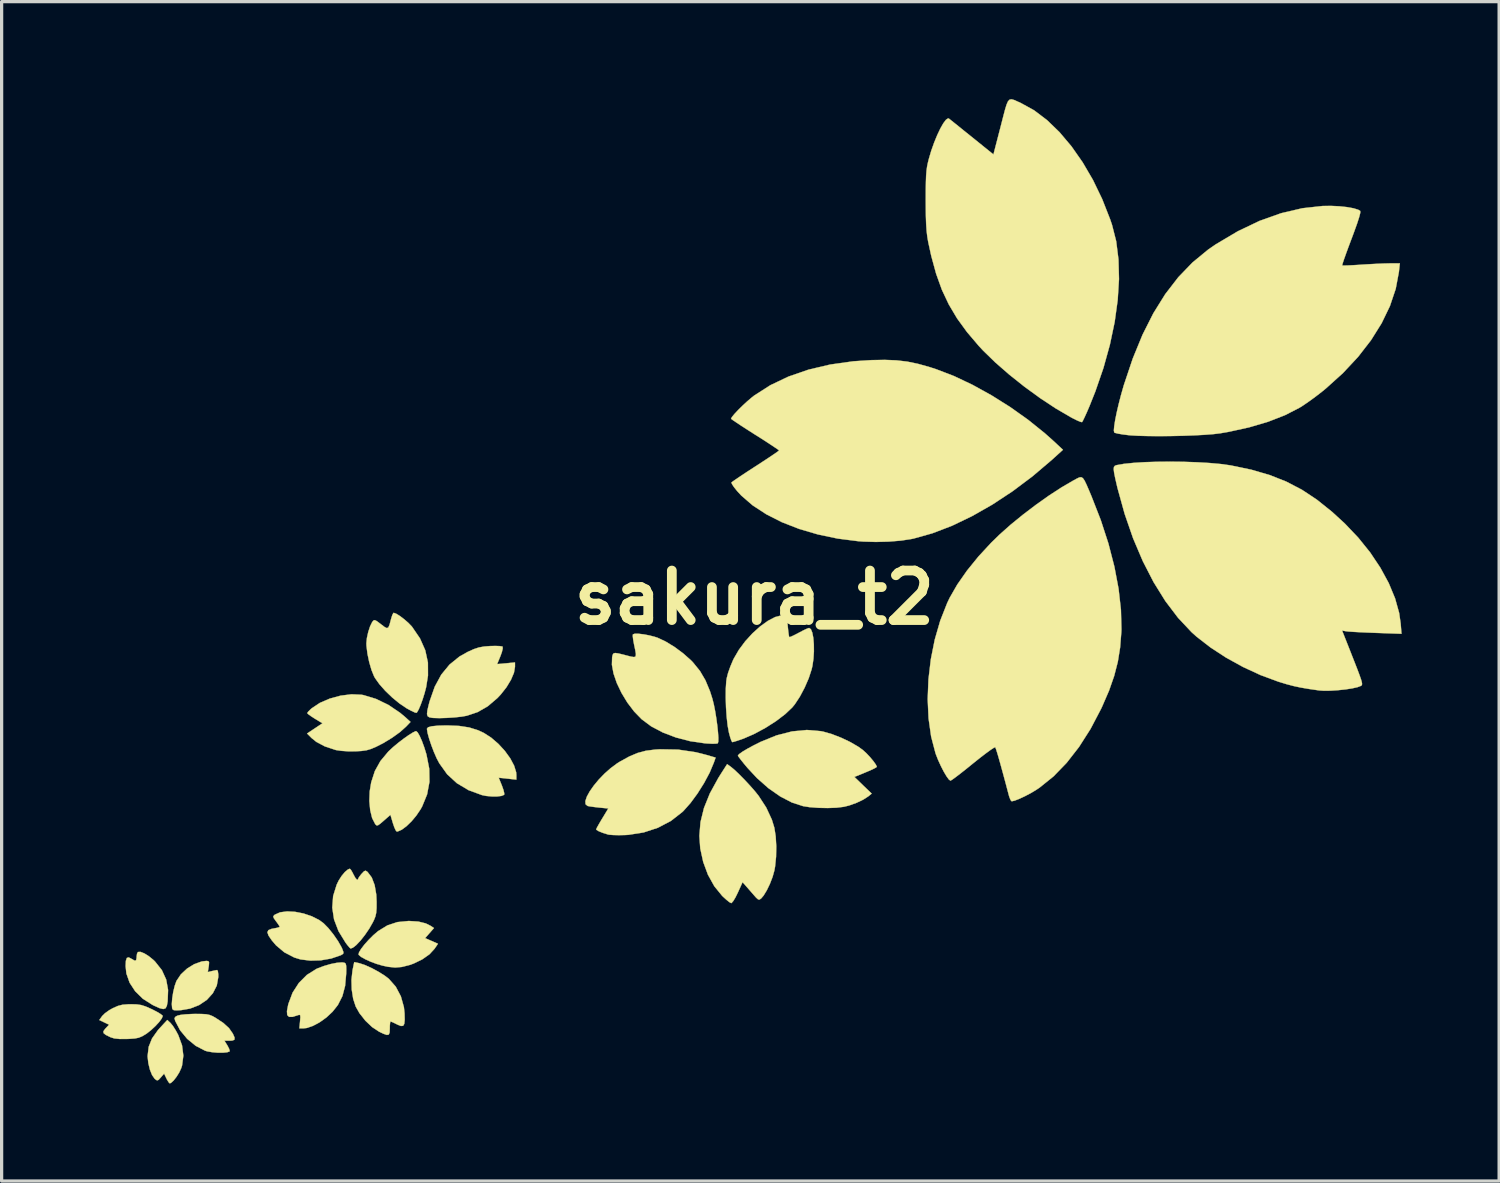
<source format=kicad_pcb>
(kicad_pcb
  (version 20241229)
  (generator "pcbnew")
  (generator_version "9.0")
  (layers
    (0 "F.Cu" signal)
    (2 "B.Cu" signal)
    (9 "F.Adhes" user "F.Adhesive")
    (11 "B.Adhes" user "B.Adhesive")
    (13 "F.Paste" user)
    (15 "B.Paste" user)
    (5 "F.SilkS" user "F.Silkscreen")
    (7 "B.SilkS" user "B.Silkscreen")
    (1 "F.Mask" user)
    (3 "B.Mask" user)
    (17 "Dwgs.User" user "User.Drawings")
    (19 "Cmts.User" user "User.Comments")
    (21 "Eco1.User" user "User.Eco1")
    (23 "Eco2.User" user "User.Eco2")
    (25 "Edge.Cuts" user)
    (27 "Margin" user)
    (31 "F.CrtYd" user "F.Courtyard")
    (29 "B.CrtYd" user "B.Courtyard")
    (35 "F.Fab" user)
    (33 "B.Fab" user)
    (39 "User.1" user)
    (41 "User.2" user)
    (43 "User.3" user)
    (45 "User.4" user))
  (footprint "sakura_t2"
    (layer "F.Cu")
    (at 20.161 15.339)
    (property "Reference" "sakura_t2" (at 0 0 0) (layer "F.SilkS") (effects (font (size 1.524 1.524) (thickness 0.3))))
    (attr through_hole)
    (fp_poly (pts (xy -18.77 10.945) (xy -18.631 11.032) (xy -18.489 11.148) (xy -18.441 11.195) (xy -18.23 11.461) (xy -18.098 11.75) (xy -18.04 12.07) (xy -18.053 12.421) (xy -18.077 12.556) (xy -18.118 12.634) (xy -18.189 12.657) (xy -18.302 12.629) (xy -18.472 12.553) (xy -18.521 12.528) (xy -18.815 12.341) (xy -19.051 12.11) (xy -19.223 11.847) (xy -19.323 11.561) (xy -19.346 11.337) (xy -19.338 11.173) (xy -19.308 11.085) (xy -19.252 11.067) (xy -19.168 11.11) (xy -19.072 11.166) (xy -19.024 11.158) (xy -19.008 11.08) (xy -19.008 11.051) (xy -18.995 10.954) (xy -18.967 10.902) (xy -18.889 10.898) (xy -18.77 10.945)) (stroke (width 0.01) (type solid)) (fill yes) (layer "F.SilkS"))
    (fp_poly (pts (xy -17.963 13.088) (xy -17.892 13.175) (xy -17.806 13.31) (xy -17.727 13.456) (xy -17.61 13.775) (xy -17.57 14.091) (xy -17.609 14.393) (xy -17.636 14.477) (xy -17.697 14.609) (xy -17.781 14.743) (xy -17.87 14.856) (xy -17.95 14.929) (xy -17.989 14.944) (xy -18.024 14.909) (xy -18.075 14.824) (xy -18.09 14.793) (xy -18.162 14.643) (xy -18.263 14.761) (xy -18.333 14.837) (xy -18.379 14.853) (xy -18.433 14.818) (xy -18.454 14.799) (xy -18.532 14.688) (xy -18.599 14.521) (xy -18.647 14.323) (xy -18.669 14.122) (xy -18.669 14.097) (xy -18.636 13.819) (xy -18.532 13.56) (xy -18.351 13.305) (xy -18.298 13.246) (xy -18.064 12.993) (xy -17.963 13.088)) (stroke (width 0.01) (type solid)) (fill yes) (layer "F.SilkS"))
    (fp_poly (pts (xy -16.799 11.184) (xy -16.778 11.222) (xy -16.785 11.315) (xy -16.79 11.348) (xy -16.818 11.519) (xy -16.696 11.49) (xy -16.593 11.468) (xy -16.531 11.456) (xy -16.508 11.492) (xy -16.495 11.59) (xy -16.495 11.672) (xy -16.541 11.934) (xy -16.662 12.17) (xy -16.845 12.373) (xy -17.083 12.534) (xy -17.364 12.643) (xy -17.634 12.69) (xy -17.779 12.698) (xy -17.861 12.692) (xy -17.901 12.666) (xy -17.915 12.631) (xy -17.925 12.505) (xy -17.912 12.329) (xy -17.881 12.132) (xy -17.836 11.945) (xy -17.783 11.796) (xy -17.781 11.791) (xy -17.645 11.589) (xy -17.455 11.412) (xy -17.233 11.275) (xy -17.003 11.193) (xy -16.859 11.176) (xy -16.799 11.184)) (stroke (width 0.01) (type solid)) (fill yes) (layer "F.SilkS"))
    (fp_poly (pts (xy -10.339 9.966) (xy -10.112 10.022) (xy -9.962 10.097) (xy -9.859 10.165) (xy -9.995 10.32) (xy -10.131 10.475) (xy -9.934 10.561) (xy -9.736 10.648) (xy -9.84 10.801) (xy -9.998 10.973) (xy -10.22 11.129) (xy -10.486 11.258) (xy -10.618 11.304) (xy -10.847 11.362) (xy -11.051 11.38) (xy -11.267 11.358) (xy -11.442 11.321) (xy -11.621 11.269) (xy -11.804 11.201) (xy -11.97 11.126) (xy -12.099 11.054) (xy -12.171 10.993) (xy -12.179 10.98) (xy -12.165 10.914) (xy -12.1 10.806) (xy -11.997 10.672) (xy -11.867 10.527) (xy -11.725 10.385) (xy -11.581 10.262) (xy -11.573 10.256) (xy -11.291 10.083) (xy -10.985 9.982) (xy -10.638 9.948) (xy -10.628 9.948) (xy -10.339 9.966)) (stroke (width 0.01) (type solid)) (fill yes) (layer "F.SilkS"))
    (fp_poly (pts (xy -17.008 12.809) (xy -16.868 12.817) (xy -16.765 12.838) (xy -16.674 12.874) (xy -16.588 12.922) (xy -16.34 13.085) (xy -16.164 13.246) (xy -16.047 13.414) (xy -16.044 13.42) (xy -15.993 13.538) (xy -15.999 13.602) (xy -16.069 13.628) (xy -16.161 13.631) (xy -16.305 13.631) (xy -16.212 13.782) (xy -16.161 13.881) (xy -16.143 13.948) (xy -16.147 13.96) (xy -16.22 13.987) (xy -16.35 14) (xy -16.513 14) (xy -16.682 13.985) (xy -16.833 13.959) (xy -16.9 13.939) (xy -17.189 13.789) (xy -17.452 13.573) (xy -17.669 13.311) (xy -17.821 13.021) (xy -17.821 13.021) (xy -17.842 12.937) (xy -17.807 12.889) (xy -17.748 12.859) (xy -17.656 12.837) (xy -17.504 12.82) (xy -17.319 12.81) (xy -17.209 12.807) (xy -17.008 12.809)) (stroke (width 0.01) (type solid)) (fill yes) (layer "F.SilkS"))
    (fp_poly (pts (xy -12.658 11.225) (xy -12.605 11.236) (xy -12.574 11.264) (xy -12.56 11.326) (xy -12.557 11.441) (xy -12.56 11.573) (xy -12.593 11.944) (xy -12.676 12.258) (xy -12.814 12.53) (xy -12.979 12.739) (xy -13.166 12.914) (xy -13.375 13.064) (xy -13.585 13.176) (xy -13.775 13.24) (xy -13.865 13.25) (xy -14 13.25) (xy -13.979 13.032) (xy -13.969 12.905) (xy -13.976 12.845) (xy -14.005 12.834) (xy -14.038 12.844) (xy -14.207 12.897) (xy -14.317 12.898) (xy -14.374 12.841) (xy -14.382 12.721) (xy -14.346 12.532) (xy -14.336 12.493) (xy -14.208 12.152) (xy -14.015 11.853) (xy -13.768 11.606) (xy -13.477 11.423) (xy -13.446 11.409) (xy -13.248 11.334) (xy -13.039 11.273) (xy -12.844 11.234) (xy -12.691 11.222) (xy -12.658 11.225)) (stroke (width 0.01) (type solid)) (fill yes) (layer "F.SilkS"))
    (fp_poly (pts (xy -12.178 11.241) (xy -12.005 11.295) (xy -11.794 11.388) (xy -11.576 11.504) (xy -11.377 11.628) (xy -11.249 11.726) (xy -11.034 11.97) (xy -10.877 12.266) (xy -10.784 12.598) (xy -10.764 12.785) (xy -10.759 12.986) (xy -10.772 13.112) (xy -10.808 13.173) (xy -10.876 13.178) (xy -10.98 13.137) (xy -10.999 13.127) (xy -11.107 13.074) (xy -11.181 13.043) (xy -11.195 13.039) (xy -11.209 13.077) (xy -11.217 13.174) (xy -11.218 13.25) (xy -11.223 13.375) (xy -11.248 13.441) (xy -11.307 13.454) (xy -11.414 13.417) (xy -11.548 13.353) (xy -11.761 13.212) (xy -11.97 13.014) (xy -12.152 12.783) (xy -12.266 12.581) (xy -12.344 12.343) (xy -12.389 12.058) (xy -12.397 11.758) (xy -12.366 11.476) (xy -12.363 11.459) (xy -12.312 11.213) (xy -12.178 11.241)) (stroke (width 0.01) (type solid)) (fill yes) (layer "F.SilkS"))
    (fp_poly (pts (xy -19.004 12.514) (xy -18.866 12.534) (xy -18.729 12.578) (xy -18.558 12.654) (xy -18.531 12.666) (xy -18.383 12.742) (xy -18.27 12.81) (xy -18.209 12.859) (xy -18.203 12.871) (xy -18.234 12.946) (xy -18.315 13.056) (xy -18.43 13.181) (xy -18.562 13.304) (xy -18.694 13.408) (xy -18.721 13.426) (xy -18.837 13.495) (xy -18.941 13.538) (xy -19.06 13.562) (xy -19.225 13.574) (xy -19.3 13.577) (xy -19.529 13.578) (xy -19.694 13.561) (xy -19.809 13.525) (xy -19.952 13.455) (xy -20.023 13.399) (xy -20.03 13.343) (xy -19.981 13.273) (xy -19.962 13.252) (xy -19.854 13.139) (xy -20.156 12.995) (xy -20.067 12.871) (xy -19.981 12.786) (xy -19.849 12.692) (xy -19.737 12.629) (xy -19.582 12.561) (xy -19.439 12.524) (xy -19.269 12.511) (xy -19.177 12.509) (xy -19.004 12.514)) (stroke (width 0.01) (type solid)) (fill yes) (layer "F.SilkS"))
    (fp_poly (pts (xy -12.087 2.987) (xy -12.026 2.998) (xy -11.644 3.114) (xy -11.261 3.299) (xy -10.903 3.541) (xy -10.753 3.666) (xy -10.58 3.823) (xy -10.719 3.969) (xy -10.903 4.134) (xy -11.143 4.307) (xy -11.412 4.471) (xy -11.634 4.585) (xy -11.793 4.653) (xy -11.934 4.695) (xy -12.089 4.717) (xy -12.295 4.728) (xy -12.298 4.728) (xy -12.505 4.727) (xy -12.706 4.713) (xy -12.865 4.69) (xy -12.89 4.684) (xy -13.216 4.576) (xy -13.478 4.437) (xy -13.624 4.319) (xy -13.763 4.18) (xy -13.526 4.022) (xy -13.289 3.865) (xy -13.524 3.723) (xy -13.644 3.645) (xy -13.729 3.583) (xy -13.758 3.551) (xy -13.729 3.508) (xy -13.655 3.435) (xy -13.621 3.405) (xy -13.369 3.237) (xy -13.063 3.105) (xy -12.731 3.015) (xy -12.396 2.973) (xy -12.087 2.987)) (stroke (width 0.01) (type solid)) (fill yes) (layer "F.SilkS"))
    (fp_poly (pts (xy -9.086 3.946) (xy -8.774 3.994) (xy -8.5 4.08) (xy -8.324 4.162) (xy -8.096 4.309) (xy -7.876 4.499) (xy -7.678 4.715) (xy -7.513 4.943) (xy -7.393 5.168) (xy -7.33 5.373) (xy -7.324 5.452) (xy -7.324 5.598) (xy -7.867 5.54) (xy -7.767 5.786) (xy -7.72 5.919) (xy -7.696 6.021) (xy -7.699 6.065) (xy -7.778 6.099) (xy -7.914 6.116) (xy -8.081 6.116) (xy -8.254 6.1) (xy -8.382 6.074) (xy -8.797 5.922) (xy -9.154 5.708) (xy -9.453 5.433) (xy -9.694 5.096) (xy -9.775 4.943) (xy -9.859 4.751) (xy -9.939 4.542) (xy -10.007 4.339) (xy -10.055 4.165) (xy -10.075 4.041) (xy -10.075 4.031) (xy -10.039 3.987) (xy -9.928 3.957) (xy -9.739 3.938) (xy -9.469 3.931) (xy -9.456 3.931) (xy -9.086 3.946)) (stroke (width 0.01) (type solid)) (fill yes) (layer "F.SilkS"))
    (fp_poly (pts (xy -14.132 9.666) (xy -13.873 9.717) (xy -13.62 9.802) (xy -13.391 9.918) (xy -13.256 10.017) (xy -13.111 10.164) (xy -12.955 10.358) (xy -12.81 10.568) (xy -12.7 10.762) (xy -12.678 10.812) (xy -12.643 10.908) (xy -12.653 10.958) (xy -12.715 10.996) (xy -12.729 11.003) (xy -13.019 11.102) (xy -13.34 11.158) (xy -13.663 11.167) (xy -13.964 11.13) (xy -14.157 11.071) (xy -14.464 10.911) (xy -14.717 10.698) (xy -14.848 10.544) (xy -14.949 10.397) (xy -14.984 10.295) (xy -14.953 10.229) (xy -14.852 10.189) (xy -14.796 10.179) (xy -14.682 10.157) (xy -14.614 10.136) (xy -14.605 10.127) (xy -14.628 10.083) (xy -14.687 9.997) (xy -14.718 9.957) (xy -14.785 9.863) (xy -14.804 9.81) (xy -14.778 9.772) (xy -14.754 9.753) (xy -14.592 9.681) (xy -14.378 9.653) (xy -14.132 9.666)) (stroke (width 0.01) (type solid)) (fill yes) (layer "F.SilkS"))
    (fp_poly (pts (xy -7.836 1.49) (xy -7.757 1.502) (xy -7.747 1.508) (xy -7.743 1.564) (xy -7.769 1.673) (xy -7.813 1.795) (xy -7.915 2.044) (xy -7.366 1.993) (xy -7.366 2.129) (xy -7.398 2.311) (xy -7.489 2.525) (xy -7.627 2.754) (xy -7.804 2.979) (xy -7.906 3.088) (xy -8.203 3.341) (xy -8.514 3.52) (xy -8.848 3.632) (xy -9.011 3.661) (xy -9.227 3.684) (xy -9.463 3.699) (xy -9.689 3.706) (xy -9.872 3.701) (xy -9.917 3.697) (xy -10.003 3.68) (xy -10.055 3.645) (xy -10.073 3.579) (xy -10.061 3.466) (xy -10.02 3.294) (xy -9.99 3.182) (xy -9.835 2.74) (xy -9.633 2.367) (xy -9.38 2.059) (xy -9.074 1.811) (xy -8.824 1.67) (xy -8.634 1.584) (xy -8.477 1.532) (xy -8.315 1.503) (xy -8.136 1.489) (xy -7.969 1.485) (xy -7.836 1.49)) (stroke (width 0.01) (type solid)) (fill yes) (layer "F.SilkS"))
    (fp_poly (pts (xy -12.413 8.375) (xy -12.362 8.463) (xy -12.34 8.509) (xy -12.281 8.617) (xy -12.23 8.676) (xy -12.197 8.674) (xy -12.191 8.647) (xy -12.164 8.597) (xy -12.101 8.514) (xy -12.083 8.494) (xy -12.01 8.418) (xy -11.962 8.4) (xy -11.91 8.432) (xy -11.898 8.444) (xy -11.773 8.61) (xy -11.684 8.844) (xy -11.634 9.137) (xy -11.624 9.356) (xy -11.625 9.554) (xy -11.636 9.696) (xy -11.661 9.808) (xy -11.705 9.918) (xy -11.741 9.991) (xy -11.853 10.187) (xy -11.983 10.377) (xy -12.117 10.547) (xy -12.245 10.683) (xy -12.354 10.77) (xy -12.423 10.795) (xy -12.459 10.764) (xy -12.526 10.684) (xy -12.578 10.615) (xy -12.796 10.26) (xy -12.933 9.9) (xy -12.988 9.538) (xy -12.961 9.18) (xy -12.852 8.83) (xy -12.792 8.706) (xy -12.701 8.563) (xy -12.6 8.442) (xy -12.505 8.362) (xy -12.447 8.34) (xy -12.413 8.375)) (stroke (width 0.01) (type solid)) (fill yes) (layer "F.SilkS"))
    (fp_poly (pts (xy -10.362 4.145) (xy -10.301 4.25) (xy -10.231 4.406) (xy -10.16 4.599) (xy -10.094 4.812) (xy -10.09 4.826) (xy -10.005 5.26) (xy -9.998 5.667) (xy -10.07 6.052) (xy -10.221 6.421) (xy -10.272 6.513) (xy -10.401 6.704) (xy -10.55 6.882) (xy -10.705 7.032) (xy -10.851 7.14) (xy -10.973 7.193) (xy -11.003 7.197) (xy -11.036 7.159) (xy -11.08 7.062) (xy -11.122 6.939) (xy -11.198 6.681) (xy -11.404 6.862) (xy -11.516 6.958) (xy -11.583 7.004) (xy -11.625 7.007) (xy -11.66 6.974) (xy -11.669 6.962) (xy -11.762 6.779) (xy -11.821 6.537) (xy -11.847 6.257) (xy -11.836 5.961) (xy -11.79 5.682) (xy -11.677 5.334) (xy -11.507 5.028) (xy -11.267 4.74) (xy -11.242 4.715) (xy -11.113 4.595) (xy -10.958 4.466) (xy -10.795 4.341) (xy -10.641 4.232) (xy -10.512 4.151) (xy -10.425 4.109) (xy -10.408 4.106) (xy -10.362 4.145)) (stroke (width 0.01) (type solid)) (fill yes) (layer "F.SilkS"))
    (fp_poly (pts (xy 2.043 4.107) (xy 2.126 4.124) (xy 2.386 4.199) (xy 2.669 4.309) (xy 2.947 4.441) (xy 3.192 4.583) (xy 3.338 4.688) (xy 3.447 4.788) (xy 3.561 4.909) (xy 3.663 5.032) (xy 3.737 5.136) (xy 3.768 5.203) (xy 3.768 5.205) (xy 3.731 5.232) (xy 3.634 5.282) (xy 3.493 5.344) (xy 3.422 5.374) (xy 3.077 5.515) (xy 3.342 5.772) (xy 3.608 6.028) (xy 3.508 6.111) (xy 3.35 6.213) (xy 3.143 6.312) (xy 2.918 6.393) (xy 2.753 6.434) (xy 2.529 6.462) (xy 2.255 6.472) (xy 1.966 6.466) (xy 1.694 6.445) (xy 1.499 6.414) (xy 1.153 6.302) (xy 0.794 6.115) (xy 0.432 5.862) (xy 0.079 5.55) (xy -0.21 5.24) (xy -0.331 5.095) (xy -0.428 4.973) (xy -0.491 4.889) (xy -0.508 4.858) (xy -0.471 4.814) (xy -0.37 4.741) (xy -0.216 4.649) (xy -0.022 4.544) (xy 0.189 4.438) (xy 0.682 4.237) (xy 1.158 4.115) (xy 1.613 4.071) (xy 2.043 4.107)) (stroke (width 0.01) (type solid)) (fill yes) (layer "F.SilkS"))
    (fp_poly (pts (xy -2.345 4.675) (xy -1.8 4.756) (xy -1.496 4.833) (xy -1.193 4.921) (xy -1.248 5.077) (xy -1.375 5.379) (xy -1.548 5.703) (xy -1.75 6.024) (xy -1.966 6.318) (xy -2.179 6.558) (xy -2.215 6.593) (xy -2.565 6.866) (xy -2.966 7.078) (xy -3.407 7.223) (xy -3.876 7.297) (xy -3.978 7.303) (xy -4.17 7.307) (xy -4.343 7.303) (xy -4.472 7.293) (xy -4.508 7.285) (xy -4.668 7.235) (xy -4.791 7.185) (xy -4.86 7.143) (xy -4.868 7.129) (xy -4.848 7.083) (xy -4.793 6.983) (xy -4.714 6.848) (xy -4.681 6.794) (xy -4.495 6.486) (xy -4.777 6.458) (xy -4.933 6.44) (xy -5.063 6.422) (xy -5.133 6.408) (xy -5.195 6.355) (xy -5.2 6.257) (xy -5.155 6.122) (xy -5.067 5.961) (xy -4.943 5.784) (xy -4.791 5.6) (xy -4.616 5.418) (xy -4.426 5.249) (xy -4.229 5.102) (xy -4.137 5.044) (xy -3.849 4.886) (xy -3.593 4.778) (xy -3.338 4.71) (xy -3.056 4.674) (xy -2.909 4.665) (xy -2.345 4.675)) (stroke (width 0.01) (type solid)) (fill yes) (layer "F.SilkS"))
    (fp_poly (pts (xy -0.726 5.203) (xy -0.615 5.295) (xy -0.468 5.435) (xy -0.301 5.604) (xy -0.134 5.784) (xy 0.017 5.956) (xy 0.129 6.096) (xy 0.365 6.459) (xy 0.537 6.829) (xy 0.614 7.08) (xy 0.655 7.341) (xy 0.673 7.649) (xy 0.667 7.97) (xy 0.637 8.27) (xy 0.615 8.393) (xy 0.559 8.593) (xy 0.477 8.806) (xy 0.381 9.005) (xy 0.282 9.167) (xy 0.21 9.252) (xy 0.16 9.288) (xy 0.115 9.284) (xy 0.053 9.229) (xy -0.008 9.16) (xy -0.117 9.035) (xy -0.224 8.912) (xy -0.256 8.876) (xy -0.364 8.753) (xy -0.51 9.075) (xy -0.583 9.223) (xy -0.651 9.335) (xy -0.701 9.393) (xy -0.712 9.398) (xy -0.767 9.37) (xy -0.861 9.295) (xy -0.976 9.19) (xy -0.994 9.172) (xy -1.233 8.878) (xy -1.429 8.525) (xy -1.575 8.131) (xy -1.666 7.713) (xy -1.693 7.327) (xy -1.658 6.904) (xy -1.551 6.471) (xy -1.37 6.022) (xy -1.112 5.551) (xy -1.036 5.429) (xy -0.839 5.122) (xy -0.726 5.203)) (stroke (width 0.01) (type solid)) (fill yes) (layer "F.SilkS"))
    (fp_poly (pts (xy -11.022 0.493) (xy -10.907 0.564) (xy -10.775 0.664) (xy -10.647 0.775) (xy -10.544 0.882) (xy -10.534 0.894) (xy -10.289 1.253) (xy -10.127 1.618) (xy -10.045 1.996) (xy -10.043 2.396) (xy -10.1 2.756) (xy -10.149 2.942) (xy -10.208 3.13) (xy -10.271 3.303) (xy -10.33 3.441) (xy -10.379 3.526) (xy -10.4 3.544) (xy -10.452 3.53) (xy -10.555 3.482) (xy -10.689 3.41) (xy -10.71 3.397) (xy -10.923 3.253) (xy -11.145 3.07) (xy -11.358 2.865) (xy -11.54 2.659) (xy -11.674 2.47) (xy -11.702 2.419) (xy -11.781 2.224) (xy -11.852 1.979) (xy -11.906 1.72) (xy -11.935 1.483) (xy -11.938 1.401) (xy -11.922 1.241) (xy -11.881 1.056) (xy -11.824 0.882) (xy -11.761 0.753) (xy -11.753 0.742) (xy -11.716 0.699) (xy -11.677 0.691) (xy -11.615 0.723) (xy -11.51 0.802) (xy -11.488 0.819) (xy -11.379 0.902) (xy -11.308 0.937) (xy -11.262 0.916) (xy -11.225 0.83) (xy -11.183 0.672) (xy -11.176 0.646) (xy -11.142 0.537) (xy -11.109 0.473) (xy -11.098 0.466) (xy -11.022 0.493)) (stroke (width 0.01) (type solid)) (fill yes) (layer "F.SilkS"))
    (fp_poly (pts (xy -3.566 1.11) (xy -3.411 1.128) (xy -3.239 1.16) (xy -3.071 1.203) (xy -2.976 1.234) (xy -2.728 1.351) (xy -2.457 1.517) (xy -2.19 1.715) (xy -1.953 1.925) (xy -1.887 1.994) (xy -1.676 2.254) (xy -1.507 2.541) (xy -1.367 2.877) (xy -1.292 3.112) (xy -1.248 3.287) (xy -1.207 3.494) (xy -1.171 3.717) (xy -1.141 3.939) (xy -1.12 4.143) (xy -1.109 4.313) (xy -1.111 4.431) (xy -1.126 4.481) (xy -1.183 4.492) (xy -1.302 4.494) (xy -1.462 4.486) (xy -1.524 4.481) (xy -1.974 4.416) (xy -2.41 4.303) (xy -2.816 4.149) (xy -3.175 3.959) (xy -3.468 3.741) (xy -3.699 3.503) (xy -3.908 3.228) (xy -4.088 2.931) (xy -4.233 2.628) (xy -4.334 2.334) (xy -4.384 2.064) (xy -4.377 1.833) (xy -4.377 1.832) (xy -4.361 1.759) (xy -4.335 1.716) (xy -4.282 1.702) (xy -4.188 1.715) (xy -4.034 1.752) (xy -3.948 1.775) (xy -3.795 1.814) (xy -3.7 1.828) (xy -3.653 1.805) (xy -3.646 1.732) (xy -3.669 1.597) (xy -3.702 1.441) (xy -3.729 1.295) (xy -3.742 1.182) (xy -3.738 1.129) (xy -3.682 1.11) (xy -3.566 1.11)) (stroke (width 0.01) (type solid)) (fill yes) (layer "F.SilkS"))
    (fp_poly (pts (xy 1.025 0.863) (xy 1.041 1.021) (xy 1.057 1.144) (xy 1.07 1.209) (xy 1.073 1.214) (xy 1.116 1.204) (xy 1.212 1.16) (xy 1.343 1.093) (xy 1.364 1.081) (xy 1.503 1.008) (xy 1.616 0.955) (xy 1.68 0.932) (xy 1.683 0.931) (xy 1.739 0.971) (xy 1.782 1.078) (xy 1.813 1.239) (xy 1.829 1.436) (xy 1.831 1.656) (xy 1.817 1.881) (xy 1.786 2.096) (xy 1.762 2.201) (xy 1.672 2.478) (xy 1.546 2.768) (xy 1.4 3.043) (xy 1.247 3.276) (xy 1.169 3.373) (xy 0.948 3.583) (xy 0.666 3.798) (xy 0.345 4.003) (xy 0.007 4.186) (xy -0.327 4.333) (xy -0.419 4.366) (xy -0.549 4.409) (xy -0.646 4.438) (xy -0.681 4.445) (xy -0.705 4.407) (xy -0.741 4.307) (xy -0.78 4.164) (xy -0.786 4.138) (xy -0.824 3.929) (xy -0.853 3.666) (xy -0.873 3.374) (xy -0.882 3.078) (xy -0.88 2.803) (xy -0.865 2.573) (xy -0.851 2.477) (xy -0.81 2.317) (xy -0.74 2.12) (xy -0.657 1.922) (xy -0.634 1.875) (xy -0.477 1.605) (xy -0.282 1.342) (xy -0.06 1.099) (xy 0.176 0.886) (xy 0.414 0.714) (xy 0.64 0.596) (xy 0.842 0.542) (xy 0.85 0.541) (xy 0.994 0.529) (xy 1.025 0.863)) (stroke (width 0.01) (type solid)) (fill yes) (layer "F.SilkS"))
    (fp_poly (pts (xy 4.371 -7.302) (xy 4.702 -7.263) (xy 5.032 -7.195) (xy 5.389 -7.095) (xy 5.601 -7.026) (xy 6.143 -6.818) (xy 6.714 -6.547) (xy 7.295 -6.226) (xy 7.87 -5.865) (xy 8.422 -5.473) (xy 8.934 -5.061) (xy 9.182 -4.84) (xy 9.494 -4.55) (xy 9.146 -4.235) (xy 8.554 -3.732) (xy 7.942 -3.273) (xy 7.319 -2.863) (xy 6.695 -2.508) (xy 6.079 -2.212) (xy 5.479 -1.982) (xy 4.906 -1.821) (xy 4.826 -1.804) (xy 4.506 -1.755) (xy 4.133 -1.725) (xy 3.738 -1.715) (xy 3.352 -1.726) (xy 3.2 -1.737) (xy 2.564 -1.818) (xy 1.954 -1.946) (xy 1.379 -2.115) (xy 0.847 -2.322) (xy 0.368 -2.565) (xy -0.052 -2.839) (xy -0.402 -3.141) (xy -0.532 -3.282) (xy -0.625 -3.398) (xy -0.687 -3.491) (xy -0.707 -3.542) (xy -0.706 -3.544) (xy -0.665 -3.576) (xy -0.564 -3.646) (xy -0.414 -3.747) (xy -0.226 -3.872) (xy -0.01 -4.012) (xy 0.038 -4.043) (xy 0.256 -4.185) (xy 0.448 -4.311) (xy 0.602 -4.415) (xy 0.709 -4.489) (xy 0.758 -4.527) (xy 0.76 -4.53) (xy 0.726 -4.558) (xy 0.63 -4.623) (xy 0.484 -4.72) (xy 0.299 -4.841) (xy 0.083 -4.978) (xy 0.022 -5.016) (xy -0.199 -5.157) (xy -0.394 -5.283) (xy -0.552 -5.388) (xy -0.663 -5.463) (xy -0.715 -5.502) (xy -0.718 -5.505) (xy -0.69 -5.559) (xy -0.613 -5.653) (xy -0.499 -5.775) (xy -0.363 -5.909) (xy -0.218 -6.043) (xy -0.079 -6.161) (xy -0.007 -6.218) (xy 0.491 -6.537) (xy 1.05 -6.803) (xy 1.667 -7.016) (xy 2.334 -7.173) (xy 3.047 -7.273) (xy 3.598 -7.309) (xy 4.013 -7.316) (xy 4.371 -7.302)) (stroke (width 0.01) (type solid)) (fill yes) (layer "F.SilkS"))
    (fp_poly (pts (xy 13.208 -4.18) (xy 13.614 -4.166) (xy 13.998 -4.144) (xy 14.343 -4.113) (xy 14.634 -4.073) (xy 14.658 -4.069) (xy 15.287 -3.938) (xy 15.85 -3.774) (xy 16.365 -3.571) (xy 16.847 -3.32) (xy 17.312 -3.011) (xy 17.777 -2.638) (xy 18.166 -2.281) (xy 18.579 -1.847) (xy 18.946 -1.391) (xy 19.26 -0.921) (xy 19.518 -0.447) (xy 19.712 0.02) (xy 19.838 0.472) (xy 19.885 0.799) (xy 19.91 1.111) (xy 19.109 1.083) (xy 18.85 1.073) (xy 18.613 1.062) (xy 18.415 1.051) (xy 18.27 1.041) (xy 18.196 1.032) (xy 18.082 1.011) (xy 18.338 1.659) (xy 18.459 1.967) (xy 18.552 2.205) (xy 18.619 2.384) (xy 18.664 2.512) (xy 18.689 2.599) (xy 18.697 2.654) (xy 18.691 2.686) (xy 18.674 2.706) (xy 18.664 2.713) (xy 18.559 2.753) (xy 18.391 2.791) (xy 18.182 2.823) (xy 17.953 2.847) (xy 17.725 2.862) (xy 17.521 2.864) (xy 17.378 2.854) (xy 17.067 2.809) (xy 16.814 2.766) (xy 16.594 2.719) (xy 16.38 2.663) (xy 16.147 2.592) (xy 16.098 2.576) (xy 15.566 2.379) (xy 15.032 2.131) (xy 14.515 1.846) (xy 14.035 1.533) (xy 13.611 1.205) (xy 13.45 1.061) (xy 13.036 0.62) (xy 12.645 0.105) (xy 12.282 -0.479) (xy 11.95 -1.125) (xy 11.652 -1.826) (xy 11.393 -2.575) (xy 11.174 -3.365) (xy 11.155 -3.445) (xy 11.101 -3.68) (xy 11.068 -3.846) (xy 11.055 -3.955) (xy 11.063 -4.021) (xy 11.092 -4.058) (xy 11.14 -4.077) (xy 11.144 -4.078) (xy 11.367 -4.117) (xy 11.659 -4.147) (xy 12.004 -4.169) (xy 12.387 -4.181) (xy 12.794 -4.185) (xy 13.208 -4.18)) (stroke (width 0.01) (type solid)) (fill yes) (layer "F.SilkS"))
    (fp_poly (pts (xy 7.992 -15.312) (xy 8.095 -15.266) (xy 8.201 -15.218) (xy 8.606 -14.995) (xy 9.003 -14.694) (xy 9.388 -14.322) (xy 9.755 -13.887) (xy 10.1 -13.394) (xy 10.417 -12.852) (xy 10.7 -12.266) (xy 10.945 -11.643) (xy 11.004 -11.47) (xy 11.132 -10.966) (xy 11.202 -10.408) (xy 11.218 -9.802) (xy 11.178 -9.158) (xy 11.085 -8.483) (xy 10.938 -7.784) (xy 10.74 -7.069) (xy 10.491 -6.347) (xy 10.309 -5.891) (xy 10.23 -5.707) (xy 10.16 -5.553) (xy 10.108 -5.446) (xy 10.08 -5.4) (xy 10.08 -5.4) (xy 10.031 -5.411) (xy 9.928 -5.454) (xy 9.79 -5.523) (xy 9.734 -5.553) (xy 9.272 -5.823) (xy 8.79 -6.141) (xy 8.308 -6.492) (xy 7.843 -6.862) (xy 7.413 -7.237) (xy 7.038 -7.602) (xy 6.906 -7.744) (xy 6.542 -8.172) (xy 6.236 -8.593) (xy 5.982 -9.021) (xy 5.769 -9.473) (xy 5.592 -9.965) (xy 5.442 -10.513) (xy 5.348 -10.943) (xy 5.32 -11.107) (xy 5.299 -11.285) (xy 5.285 -11.492) (xy 5.276 -11.745) (xy 5.273 -12.058) (xy 5.272 -12.234) (xy 5.273 -12.548) (xy 5.277 -12.793) (xy 5.284 -12.985) (xy 5.296 -13.138) (xy 5.314 -13.268) (xy 5.34 -13.391) (xy 5.366 -13.495) (xy 5.442 -13.753) (xy 5.531 -14.003) (xy 5.626 -14.234) (xy 5.722 -14.436) (xy 5.813 -14.596) (xy 5.894 -14.703) (xy 5.959 -14.747) (xy 5.985 -14.74) (xy 6.031 -14.704) (xy 6.132 -14.623) (xy 6.278 -14.506) (xy 6.457 -14.361) (xy 6.659 -14.199) (xy 6.694 -14.171) (xy 7.355 -13.637) (xy 7.579 -14.503) (xy 7.654 -14.796) (xy 7.712 -15.017) (xy 7.76 -15.174) (xy 7.804 -15.273) (xy 7.853 -15.324) (xy 7.913 -15.334) (xy 7.992 -15.312)) (stroke (width 0.01) (type solid)) (fill yes) (layer "F.SilkS"))
    (fp_poly (pts (xy 17.996 -12.042) (xy 18.232 -12.017) (xy 18.431 -11.981) (xy 18.576 -11.937) (xy 18.641 -11.898) (xy 18.642 -11.843) (xy 18.609 -11.713) (xy 18.544 -11.511) (xy 18.447 -11.241) (xy 18.375 -11.048) (xy 18.283 -10.804) (xy 18.204 -10.588) (xy 18.141 -10.411) (xy 18.1 -10.287) (xy 18.084 -10.226) (xy 18.084 -10.223) (xy 18.13 -10.219) (xy 18.245 -10.221) (xy 18.412 -10.229) (xy 18.616 -10.241) (xy 18.671 -10.245) (xy 18.916 -10.26) (xy 19.164 -10.273) (xy 19.384 -10.282) (xy 19.549 -10.286) (xy 19.55 -10.286) (xy 19.859 -10.287) (xy 19.83 -10.022) (xy 19.732 -9.501) (xy 19.554 -8.973) (xy 19.299 -8.445) (xy 18.972 -7.922) (xy 18.574 -7.409) (xy 18.111 -6.913) (xy 17.585 -6.438) (xy 17.474 -6.347) (xy 17.282 -6.198) (xy 17.08 -6.05) (xy 16.895 -5.922) (xy 16.775 -5.846) (xy 16.327 -5.616) (xy 15.806 -5.413) (xy 15.223 -5.241) (xy 14.586 -5.101) (xy 14.33 -5.057) (xy 14.124 -5.032) (xy 13.852 -5.011) (xy 13.531 -4.994) (xy 13.178 -4.981) (xy 12.811 -4.973) (xy 12.449 -4.97) (xy 12.108 -4.973) (xy 11.807 -4.981) (xy 11.564 -4.995) (xy 11.515 -5) (xy 11.337 -5.022) (xy 11.189 -5.047) (xy 11.094 -5.071) (xy 11.072 -5.083) (xy 11.06 -5.144) (xy 11.071 -5.274) (xy 11.1 -5.46) (xy 11.146 -5.689) (xy 11.206 -5.948) (xy 11.277 -6.224) (xy 11.357 -6.506) (xy 11.37 -6.549) (xy 11.642 -7.359) (xy 11.943 -8.092) (xy 12.276 -8.752) (xy 12.642 -9.34) (xy 13.044 -9.861) (xy 13.484 -10.317) (xy 13.963 -10.711) (xy 14.2 -10.874) (xy 14.877 -11.275) (xy 15.546 -11.594) (xy 16.207 -11.829) (xy 16.86 -11.982) (xy 17.484 -12.051) (xy 17.741 -12.054) (xy 17.996 -12.042)) (stroke (width 0.01) (type solid)) (fill yes) (layer "F.SilkS"))
    (fp_poly (pts (xy 10.108 -3.677) (xy 10.16 -3.6) (xy 10.223 -3.469) (xy 10.306 -3.276) (xy 10.375 -3.111) (xy 10.658 -2.386) (xy 10.893 -1.664) (xy 11.076 -0.956) (xy 11.205 -0.273) (xy 11.278 0.375) (xy 11.293 0.976) (xy 11.29 1.058) (xy 11.253 1.53) (xy 11.182 1.972) (xy 11.07 2.407) (xy 10.913 2.857) (xy 10.703 3.342) (xy 10.665 3.423) (xy 10.343 4.037) (xy 9.989 4.592) (xy 9.608 5.081) (xy 9.204 5.498) (xy 8.781 5.839) (xy 8.676 5.91) (xy 8.51 6.01) (xy 8.33 6.105) (xy 8.157 6.186) (xy 8.014 6.243) (xy 7.92 6.265) (xy 7.916 6.265) (xy 7.883 6.228) (xy 7.845 6.135) (xy 7.83 6.085) (xy 7.73 5.707) (xy 7.64 5.373) (xy 7.562 5.09) (xy 7.498 4.864) (xy 7.449 4.704) (xy 7.418 4.616) (xy 7.41 4.602) (xy 7.37 4.617) (xy 7.274 4.679) (xy 7.135 4.78) (xy 6.961 4.913) (xy 6.764 5.07) (xy 6.728 5.099) (xy 6.527 5.262) (xy 6.346 5.405) (xy 6.197 5.519) (xy 6.09 5.597) (xy 6.035 5.63) (xy 6.032 5.63) (xy 5.983 5.594) (xy 5.911 5.495) (xy 5.826 5.351) (xy 5.737 5.178) (xy 5.652 4.992) (xy 5.581 4.811) (xy 5.571 4.781) (xy 5.438 4.273) (xy 5.359 3.715) (xy 5.332 3.123) (xy 5.356 2.511) (xy 5.429 1.894) (xy 5.55 1.288) (xy 5.718 0.708) (xy 5.931 0.167) (xy 6.011 -0.001) (xy 6.244 -0.406) (xy 6.542 -0.833) (xy 6.894 -1.267) (xy 7.289 -1.694) (xy 7.549 -1.947) (xy 7.884 -2.245) (xy 8.262 -2.553) (xy 8.662 -2.857) (xy 9.064 -3.142) (xy 9.45 -3.393) (xy 9.799 -3.597) (xy 9.812 -3.604) (xy 9.918 -3.662) (xy 9.996 -3.699) (xy 10.056 -3.707) (xy 10.108 -3.677)) (stroke (width 0.01) (type solid)) (fill yes) (layer "F.SilkS")))
  (gr_rect
    (start -3 -3)
    (end 43.075 33.288)
    (stroke (width 0.1) (type default))
    (fill no)
    (layer "Edge.Cuts")))
</source>
